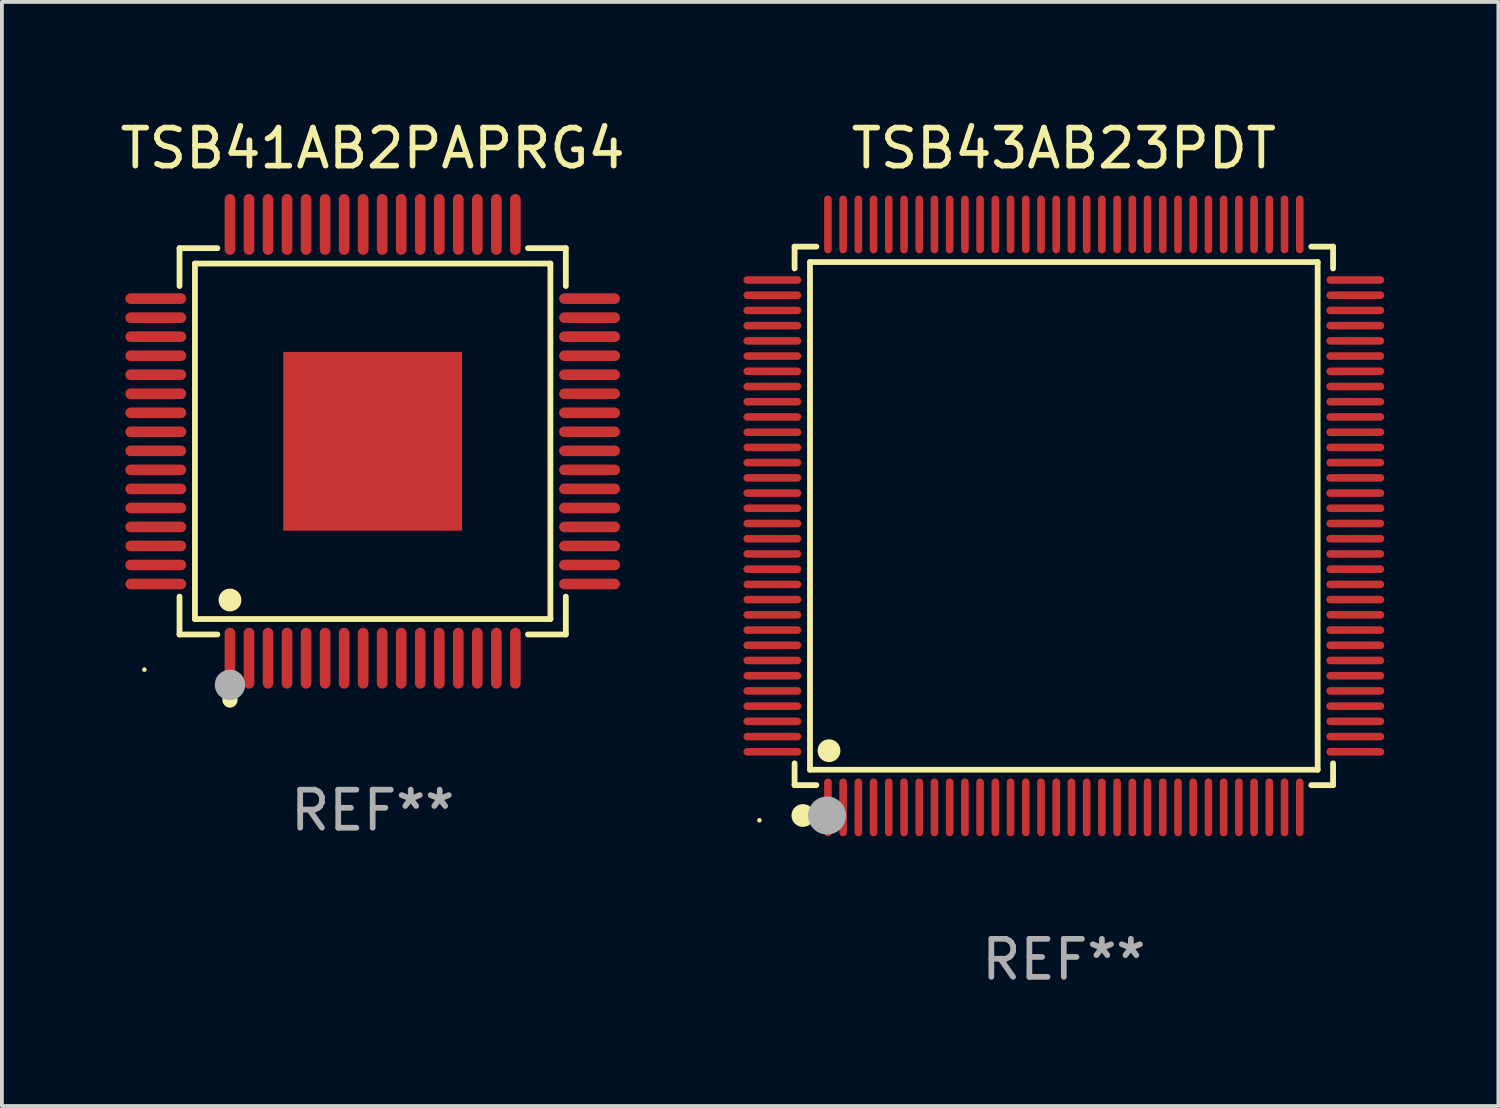
<source format=kicad_pcb>
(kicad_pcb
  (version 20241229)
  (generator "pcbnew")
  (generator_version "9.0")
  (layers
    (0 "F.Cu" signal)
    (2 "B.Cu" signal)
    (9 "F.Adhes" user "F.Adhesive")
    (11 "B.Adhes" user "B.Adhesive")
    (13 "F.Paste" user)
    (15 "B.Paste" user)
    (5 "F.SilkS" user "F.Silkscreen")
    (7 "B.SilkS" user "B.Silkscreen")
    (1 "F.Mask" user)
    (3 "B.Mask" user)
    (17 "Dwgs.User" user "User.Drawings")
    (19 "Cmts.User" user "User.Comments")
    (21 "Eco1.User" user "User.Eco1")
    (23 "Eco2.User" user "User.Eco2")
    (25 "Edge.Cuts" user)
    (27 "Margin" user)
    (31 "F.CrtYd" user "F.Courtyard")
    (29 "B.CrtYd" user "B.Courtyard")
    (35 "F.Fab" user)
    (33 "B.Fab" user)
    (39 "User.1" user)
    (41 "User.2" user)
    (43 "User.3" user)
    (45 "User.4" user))
  (footprint "TSB43AB23PDT"
    (layer "F.Cu")
    (at 24.908 10.508)
    (property "Reference" "TSB43AB23PDT" (at 0 -9.66 0) (layer "F.SilkS") (effects (font (size 1 1) (thickness 0.15))))
    (attr through_hole)
    (fp_line (start -7.076 -7.076) (end -6.503 -7.076) (stroke (width 0.152) (type solid)) (layer "F.SilkS"))
    (fp_line (start -7.076 -6.503) (end -7.076 -7.076) (stroke (width 0.152) (type solid)) (layer "F.SilkS"))
    (fp_line (start -7.076 6.503) (end -7.076 7.076) (stroke (width 0.152) (type solid)) (layer "F.SilkS"))
    (fp_line (start -7.076 7.076) (end -6.503 7.076) (stroke (width 0.152) (type solid)) (layer "F.SilkS"))
    (fp_line (start -6.671 -6.671) (end 6.671 -6.671) (stroke (width 0.152) (type solid)) (layer "F.SilkS"))
    (fp_line (start -6.671 6.671) (end -6.671 -6.671) (stroke (width 0.152) (type solid)) (layer "F.SilkS"))
    (fp_line (start 6.671 -6.671) (end 6.671 6.671) (stroke (width 0.152) (type solid)) (layer "F.SilkS"))
    (fp_line (start 6.671 6.671) (end -6.671 6.671) (stroke (width 0.152) (type solid)) (layer "F.SilkS"))
    (fp_line (start 7.076 -7.076) (end 6.503 -7.076) (stroke (width 0.152) (type solid)) (layer "F.SilkS"))
    (fp_line (start 7.076 -6.503) (end 7.076 -7.076) (stroke (width 0.152) (type solid)) (layer "F.SilkS"))
    (fp_line (start 7.076 6.503) (end 7.076 7.076) (stroke (width 0.152) (type solid)) (layer "F.SilkS"))
    (fp_line (start 7.076 7.076) (end 6.503 7.076) (stroke (width 0.152) (type solid)) (layer "F.SilkS"))
    (fp_circle (center -8 8) (end -7.97 8) (stroke (width 0.06) (type solid)) (fill no) (layer "F.SilkS"))
    (fp_circle (center -6.858 7.874) (end -6.708 7.874) (stroke (width 0.3) (type solid)) (fill no) (layer "F.SilkS"))
    (fp_circle (center -6.171 6.171) (end -6.021 6.171) (stroke (width 0.3) (type solid)) (fill no) (layer "F.SilkS"))
    (fp_circle (center -6.223 7.874) (end -5.973 7.874) (stroke (width 0.5) (type solid)) (fill no) (layer "F.Fab"))
    (fp_text user "REF**" (at 0 11.66 0) (layer "F.Fab") (effects (font (size 1 1) (thickness 0.15))))
    (pad "1" smd oval (at -6.2 7.66) (size 0.2 1.52) (layers "F.Cu" "F.Mask" "F.Paste"))
    (pad "2" smd oval (at -5.8 7.66) (size 0.2 1.52) (layers "F.Cu" "F.Mask" "F.Paste"))
    (pad "3" smd oval (at -5.4 7.66) (size 0.2 1.52) (layers "F.Cu" "F.Mask" "F.Paste"))
    (pad "4" smd oval (at -5 7.66) (size 0.2 1.52) (layers "F.Cu" "F.Mask" "F.Paste"))
    (pad "5" smd oval (at -4.6 7.66) (size 0.2 1.52) (layers "F.Cu" "F.Mask" "F.Paste"))
    (pad "6" smd oval (at -4.2 7.66) (size 0.2 1.52) (layers "F.Cu" "F.Mask" "F.Paste"))
    (pad "7" smd oval (at -3.8 7.66) (size 0.2 1.52) (layers "F.Cu" "F.Mask" "F.Paste"))
    (pad "8" smd oval (at -3.4 7.66) (size 0.2 1.52) (layers "F.Cu" "F.Mask" "F.Paste"))
    (pad "9" smd oval (at -3 7.66) (size 0.2 1.52) (layers "F.Cu" "F.Mask" "F.Paste"))
    (pad "10" smd oval (at -2.6 7.66) (size 0.2 1.52) (layers "F.Cu" "F.Mask" "F.Paste"))
    (pad "11" smd oval (at -2.2 7.66) (size 0.2 1.52) (layers "F.Cu" "F.Mask" "F.Paste"))
    (pad "12" smd oval (at -1.8 7.66) (size 0.2 1.52) (layers "F.Cu" "F.Mask" "F.Paste"))
    (pad "13" smd oval (at -1.4 7.66) (size 0.2 1.52) (layers "F.Cu" "F.Mask" "F.Paste"))
    (pad "14" smd oval (at -1 7.66) (size 0.2 1.52) (layers "F.Cu" "F.Mask" "F.Paste"))
    (pad "15" smd oval (at -0.6 7.66) (size 0.2 1.52) (layers "F.Cu" "F.Mask" "F.Paste"))
    (pad "16" smd oval (at -0.2 7.66) (size 0.2 1.52) (layers "F.Cu" "F.Mask" "F.Paste"))
    (pad "17" smd oval (at 0.2 7.66) (size 0.2 1.52) (layers "F.Cu" "F.Mask" "F.Paste"))
    (pad "18" smd oval (at 0.6 7.66) (size 0.2 1.52) (layers "F.Cu" "F.Mask" "F.Paste"))
    (pad "19" smd oval (at 1 7.66) (size 0.2 1.52) (layers "F.Cu" "F.Mask" "F.Paste"))
    (pad "20" smd oval (at 1.4 7.66) (size 0.2 1.52) (layers "F.Cu" "F.Mask" "F.Paste"))
    (pad "21" smd oval (at 1.8 7.66) (size 0.2 1.52) (layers "F.Cu" "F.Mask" "F.Paste"))
    (pad "22" smd oval (at 2.2 7.66) (size 0.2 1.52) (layers "F.Cu" "F.Mask" "F.Paste"))
    (pad "23" smd oval (at 2.6 7.66) (size 0.2 1.52) (layers "F.Cu" "F.Mask" "F.Paste"))
    (pad "24" smd oval (at 3 7.66) (size 0.2 1.52) (layers "F.Cu" "F.Mask" "F.Paste"))
    (pad "25" smd oval (at 3.4 7.66) (size 0.2 1.52) (layers "F.Cu" "F.Mask" "F.Paste"))
    (pad "26" smd oval (at 3.8 7.66) (size 0.2 1.52) (layers "F.Cu" "F.Mask" "F.Paste"))
    (pad "27" smd oval (at 4.2 7.66) (size 0.2 1.52) (layers "F.Cu" "F.Mask" "F.Paste"))
    (pad "28" smd oval (at 4.6 7.66) (size 0.2 1.52) (layers "F.Cu" "F.Mask" "F.Paste"))
    (pad "29" smd oval (at 5 7.66) (size 0.2 1.52) (layers "F.Cu" "F.Mask" "F.Paste"))
    (pad "30" smd oval (at 5.4 7.66) (size 0.2 1.52) (layers "F.Cu" "F.Mask" "F.Paste"))
    (pad "31" smd oval (at 5.8 7.66) (size 0.2 1.52) (layers "F.Cu" "F.Mask" "F.Paste"))
    (pad "32" smd oval (at 6.2 7.66) (size 0.2 1.52) (layers "F.Cu" "F.Mask" "F.Paste"))
    (pad "33" smd oval (at 7.66 6.2) (size 1.52 0.2) (layers "F.Cu" "F.Mask" "F.Paste"))
    (pad "34" smd oval (at 7.66 5.8) (size 1.52 0.2) (layers "F.Cu" "F.Mask" "F.Paste"))
    (pad "35" smd oval (at 7.66 5.4) (size 1.52 0.2) (layers "F.Cu" "F.Mask" "F.Paste"))
    (pad "36" smd oval (at 7.66 5) (size 1.52 0.2) (layers "F.Cu" "F.Mask" "F.Paste"))
    (pad "37" smd oval (at 7.66 4.6) (size 1.52 0.2) (layers "F.Cu" "F.Mask" "F.Paste"))
    (pad "38" smd oval (at 7.66 4.2) (size 1.52 0.2) (layers "F.Cu" "F.Mask" "F.Paste"))
    (pad "39" smd oval (at 7.66 3.8) (size 1.52 0.2) (layers "F.Cu" "F.Mask" "F.Paste"))
    (pad "40" smd oval (at 7.66 3.4) (size 1.52 0.2) (layers "F.Cu" "F.Mask" "F.Paste"))
    (pad "41" smd oval (at 7.66 3) (size 1.52 0.2) (layers "F.Cu" "F.Mask" "F.Paste"))
    (pad "42" smd oval (at 7.66 2.6) (size 1.52 0.2) (layers "F.Cu" "F.Mask" "F.Paste"))
    (pad "43" smd oval (at 7.66 2.2) (size 1.52 0.2) (layers "F.Cu" "F.Mask" "F.Paste"))
    (pad "44" smd oval (at 7.66 1.8) (size 1.52 0.2) (layers "F.Cu" "F.Mask" "F.Paste"))
    (pad "45" smd oval (at 7.66 1.4) (size 1.52 0.2) (layers "F.Cu" "F.Mask" "F.Paste"))
    (pad "46" smd oval (at 7.66 1) (size 1.52 0.2) (layers "F.Cu" "F.Mask" "F.Paste"))
    (pad "47" smd oval (at 7.66 0.6) (size 1.52 0.2) (layers "F.Cu" "F.Mask" "F.Paste"))
    (pad "48" smd oval (at 7.66 0.2) (size 1.52 0.2) (layers "F.Cu" "F.Mask" "F.Paste"))
    (pad "49" smd oval (at 7.66 -0.2) (size 1.52 0.2) (layers "F.Cu" "F.Mask" "F.Paste"))
    (pad "50" smd oval (at 7.66 -0.6) (size 1.52 0.2) (layers "F.Cu" "F.Mask" "F.Paste"))
    (pad "51" smd oval (at 7.66 -1) (size 1.52 0.2) (layers "F.Cu" "F.Mask" "F.Paste"))
    (pad "52" smd oval (at 7.66 -1.4) (size 1.52 0.2) (layers "F.Cu" "F.Mask" "F.Paste"))
    (pad "53" smd oval (at 7.66 -1.8) (size 1.52 0.2) (layers "F.Cu" "F.Mask" "F.Paste"))
    (pad "54" smd oval (at 7.66 -2.2) (size 1.52 0.2) (layers "F.Cu" "F.Mask" "F.Paste"))
    (pad "55" smd oval (at 7.66 -2.6) (size 1.52 0.2) (layers "F.Cu" "F.Mask" "F.Paste"))
    (pad "56" smd oval (at 7.66 -3) (size 1.52 0.2) (layers "F.Cu" "F.Mask" "F.Paste"))
    (pad "57" smd oval (at 7.66 -3.4) (size 1.52 0.2) (layers "F.Cu" "F.Mask" "F.Paste"))
    (pad "58" smd oval (at 7.66 -3.8) (size 1.52 0.2) (layers "F.Cu" "F.Mask" "F.Paste"))
    (pad "59" smd oval (at 7.66 -4.2) (size 1.52 0.2) (layers "F.Cu" "F.Mask" "F.Paste"))
    (pad "60" smd oval (at 7.66 -4.6) (size 1.52 0.2) (layers "F.Cu" "F.Mask" "F.Paste"))
    (pad "61" smd oval (at 7.66 -5) (size 1.52 0.2) (layers "F.Cu" "F.Mask" "F.Paste"))
    (pad "62" smd oval (at 7.66 -5.4) (size 1.52 0.2) (layers "F.Cu" "F.Mask" "F.Paste"))
    (pad "63" smd oval (at 7.66 -5.8) (size 1.52 0.2) (layers "F.Cu" "F.Mask" "F.Paste"))
    (pad "64" smd oval (at 7.66 -6.2) (size 1.52 0.2) (layers "F.Cu" "F.Mask" "F.Paste"))
    (pad "65" smd oval (at 6.2 -7.66) (size 0.2 1.52) (layers "F.Cu" "F.Mask" "F.Paste"))
    (pad "66" smd oval (at 5.8 -7.66) (size 0.2 1.52) (layers "F.Cu" "F.Mask" "F.Paste"))
    (pad "67" smd oval (at 5.4 -7.66) (size 0.2 1.52) (layers "F.Cu" "F.Mask" "F.Paste"))
    (pad "68" smd oval (at 5 -7.66) (size 0.2 1.52) (layers "F.Cu" "F.Mask" "F.Paste"))
    (pad "69" smd oval (at 4.6 -7.66) (size 0.2 1.52) (layers "F.Cu" "F.Mask" "F.Paste"))
    (pad "70" smd oval (at 4.2 -7.66) (size 0.2 1.52) (layers "F.Cu" "F.Mask" "F.Paste"))
    (pad "71" smd oval (at 3.8 -7.66) (size 0.2 1.52) (layers "F.Cu" "F.Mask" "F.Paste"))
    (pad "72" smd oval (at 3.4 -7.66) (size 0.2 1.52) (layers "F.Cu" "F.Mask" "F.Paste"))
    (pad "73" smd oval (at 3 -7.66) (size 0.2 1.52) (layers "F.Cu" "F.Mask" "F.Paste"))
    (pad "74" smd oval (at 2.6 -7.66) (size 0.2 1.52) (layers "F.Cu" "F.Mask" "F.Paste"))
    (pad "75" smd oval (at 2.2 -7.66) (size 0.2 1.52) (layers "F.Cu" "F.Mask" "F.Paste"))
    (pad "76" smd oval (at 1.8 -7.66) (size 0.2 1.52) (layers "F.Cu" "F.Mask" "F.Paste"))
    (pad "77" smd oval (at 1.4 -7.66) (size 0.2 1.52) (layers "F.Cu" "F.Mask" "F.Paste"))
    (pad "78" smd oval (at 1 -7.66) (size 0.2 1.52) (layers "F.Cu" "F.Mask" "F.Paste"))
    (pad "79" smd oval (at 0.6 -7.66) (size 0.2 1.52) (layers "F.Cu" "F.Mask" "F.Paste"))
    (pad "80" smd oval (at 0.2 -7.66) (size 0.2 1.52) (layers "F.Cu" "F.Mask" "F.Paste"))
    (pad "81" smd oval (at -0.2 -7.66) (size 0.2 1.52) (layers "F.Cu" "F.Mask" "F.Paste"))
    (pad "82" smd oval (at -0.6 -7.66) (size 0.2 1.52) (layers "F.Cu" "F.Mask" "F.Paste"))
    (pad "83" smd oval (at -1 -7.66) (size 0.2 1.52) (layers "F.Cu" "F.Mask" "F.Paste"))
    (pad "84" smd oval (at -1.4 -7.66) (size 0.2 1.52) (layers "F.Cu" "F.Mask" "F.Paste"))
    (pad "85" smd oval (at -1.8 -7.66) (size 0.2 1.52) (layers "F.Cu" "F.Mask" "F.Paste"))
    (pad "86" smd oval (at -2.2 -7.66) (size 0.2 1.52) (layers "F.Cu" "F.Mask" "F.Paste"))
    (pad "87" smd oval (at -2.6 -7.66) (size 0.2 1.52) (layers "F.Cu" "F.Mask" "F.Paste"))
    (pad "88" smd oval (at -3 -7.66) (size 0.2 1.52) (layers "F.Cu" "F.Mask" "F.Paste"))
    (pad "89" smd oval (at -3.4 -7.66) (size 0.2 1.52) (layers "F.Cu" "F.Mask" "F.Paste"))
    (pad "90" smd oval (at -3.8 -7.66) (size 0.2 1.52) (layers "F.Cu" "F.Mask" "F.Paste"))
    (pad "91" smd oval (at -4.2 -7.66) (size 0.2 1.52) (layers "F.Cu" "F.Mask" "F.Paste"))
    (pad "92" smd oval (at -4.6 -7.66) (size 0.2 1.52) (layers "F.Cu" "F.Mask" "F.Paste"))
    (pad "93" smd oval (at -5 -7.66) (size 0.2 1.52) (layers "F.Cu" "F.Mask" "F.Paste"))
    (pad "94" smd oval (at -5.4 -7.66) (size 0.2 1.52) (layers "F.Cu" "F.Mask" "F.Paste"))
    (pad "95" smd oval (at -5.8 -7.66) (size 0.2 1.52) (layers "F.Cu" "F.Mask" "F.Paste"))
    (pad "96" smd oval (at -6.2 -7.66) (size 0.2 1.52) (layers "F.Cu" "F.Mask" "F.Paste"))
    (pad "97" smd oval (at -7.66 -6.2) (size 1.52 0.2) (layers "F.Cu" "F.Mask" "F.Paste"))
    (pad "98" smd oval (at -7.66 -5.8) (size 1.52 0.2) (layers "F.Cu" "F.Mask" "F.Paste"))
    (pad "99" smd oval (at -7.66 -5.4) (size 1.52 0.2) (layers "F.Cu" "F.Mask" "F.Paste"))
    (pad "100" smd oval (at -7.66 -5) (size 1.52 0.2) (layers "F.Cu" "F.Mask" "F.Paste"))
    (pad "101" smd oval (at -7.66 -4.6) (size 1.52 0.2) (layers "F.Cu" "F.Mask" "F.Paste"))
    (pad "102" smd oval (at -7.66 -4.2) (size 1.52 0.2) (layers "F.Cu" "F.Mask" "F.Paste"))
    (pad "103" smd oval (at -7.66 -3.8) (size 1.52 0.2) (layers "F.Cu" "F.Mask" "F.Paste"))
    (pad "104" smd oval (at -7.66 -3.4) (size 1.52 0.2) (layers "F.Cu" "F.Mask" "F.Paste"))
    (pad "105" smd oval (at -7.66 -3) (size 1.52 0.2) (layers "F.Cu" "F.Mask" "F.Paste"))
    (pad "106" smd oval (at -7.66 -2.6) (size 1.52 0.2) (layers "F.Cu" "F.Mask" "F.Paste"))
    (pad "107" smd oval (at -7.66 -2.2) (size 1.52 0.2) (layers "F.Cu" "F.Mask" "F.Paste"))
    (pad "108" smd oval (at -7.66 -1.8) (size 1.52 0.2) (layers "F.Cu" "F.Mask" "F.Paste"))
    (pad "109" smd oval (at -7.66 -1.4) (size 1.52 0.2) (layers "F.Cu" "F.Mask" "F.Paste"))
    (pad "110" smd oval (at -7.66 -1) (size 1.52 0.2) (layers "F.Cu" "F.Mask" "F.Paste"))
    (pad "111" smd oval (at -7.66 -0.6) (size 1.52 0.2) (layers "F.Cu" "F.Mask" "F.Paste"))
    (pad "112" smd oval (at -7.66 -0.2) (size 1.52 0.2) (layers "F.Cu" "F.Mask" "F.Paste"))
    (pad "113" smd oval (at -7.66 0.2) (size 1.52 0.2) (layers "F.Cu" "F.Mask" "F.Paste"))
    (pad "114" smd oval (at -7.66 0.6) (size 1.52 0.2) (layers "F.Cu" "F.Mask" "F.Paste"))
    (pad "115" smd oval (at -7.66 1) (size 1.52 0.2) (layers "F.Cu" "F.Mask" "F.Paste"))
    (pad "116" smd oval (at -7.66 1.4) (size 1.52 0.2) (layers "F.Cu" "F.Mask" "F.Paste"))
    (pad "117" smd oval (at -7.66 1.8) (size 1.52 0.2) (layers "F.Cu" "F.Mask" "F.Paste"))
    (pad "118" smd oval (at -7.66 2.2) (size 1.52 0.2) (layers "F.Cu" "F.Mask" "F.Paste"))
    (pad "119" smd oval (at -7.66 2.6) (size 1.52 0.2) (layers "F.Cu" "F.Mask" "F.Paste"))
    (pad "120" smd oval (at -7.66 3) (size 1.52 0.2) (layers "F.Cu" "F.Mask" "F.Paste"))
    (pad "121" smd oval (at -7.66 3.4) (size 1.52 0.2) (layers "F.Cu" "F.Mask" "F.Paste"))
    (pad "122" smd oval (at -7.66 3.8) (size 1.52 0.2) (layers "F.Cu" "F.Mask" "F.Paste"))
    (pad "123" smd oval (at -7.66 4.2) (size 1.52 0.2) (layers "F.Cu" "F.Mask" "F.Paste"))
    (pad "124" smd oval (at -7.66 4.6) (size 1.52 0.2) (layers "F.Cu" "F.Mask" "F.Paste"))
    (pad "125" smd oval (at -7.66 5) (size 1.52 0.2) (layers "F.Cu" "F.Mask" "F.Paste"))
    (pad "126" smd oval (at -7.66 5.4) (size 1.52 0.2) (layers "F.Cu" "F.Mask" "F.Paste"))
    (pad "127" smd oval (at -7.66 5.8) (size 1.52 0.2) (layers "F.Cu" "F.Mask" "F.Paste"))
    (pad "128" smd oval (at -7.66 6.2) (size 1.52 0.2) (layers "F.Cu" "F.Mask" "F.Paste")))
  (footprint "TSB41AB2PAPRG4"
    (layer "F.Cu")
    (at 6.744 8.548)
    (property "Reference" "TSB41AB2PAPRG4" (at 0 -7.7 0) (layer "F.SilkS") (effects (font (size 1 1) (thickness 0.15))))
    (attr through_hole)
    (fp_line (start -5.076 -5.076) (end -4.081 -5.076) (stroke (width 0.152) (type solid)) (layer "F.SilkS"))
    (fp_line (start -5.076 -4.081) (end -5.076 -5.076) (stroke (width 0.152) (type solid)) (layer "F.SilkS"))
    (fp_line (start -5.076 4.081) (end -5.076 5.076) (stroke (width 0.152) (type solid)) (layer "F.SilkS"))
    (fp_line (start -5.076 5.076) (end -4.081 5.076) (stroke (width 0.152) (type solid)) (layer "F.SilkS"))
    (fp_line (start -4.671 -4.671) (end 4.671 -4.671) (stroke (width 0.152) (type solid)) (layer "F.SilkS"))
    (fp_line (start -4.671 4.671) (end -4.671 -4.671) (stroke (width 0.152) (type solid)) (layer "F.SilkS"))
    (fp_line (start 4.671 -4.671) (end 4.671 4.671) (stroke (width 0.152) (type solid)) (layer "F.SilkS"))
    (fp_line (start 4.671 4.671) (end -4.671 4.671) (stroke (width 0.152) (type solid)) (layer "F.SilkS"))
    (fp_line (start 5.076 -5.076) (end 4.081 -5.076) (stroke (width 0.152) (type solid)) (layer "F.SilkS"))
    (fp_line (start 5.076 -4.081) (end 5.076 -5.076) (stroke (width 0.152) (type solid)) (layer "F.SilkS"))
    (fp_line (start 5.076 4.081) (end 5.076 5.076) (stroke (width 0.152) (type solid)) (layer "F.SilkS"))
    (fp_line (start 5.076 5.076) (end 4.081 5.076) (stroke (width 0.152) (type solid)) (layer "F.SilkS"))
    (fp_circle (center -6 6) (end -5.97 6) (stroke (width 0.06) (type solid)) (fill no) (layer "F.SilkS"))
    (fp_circle (center -3.75 4.171) (end -3.6 4.171) (stroke (width 0.3) (type solid)) (fill no) (layer "F.SilkS"))
    (fp_circle (center -3.75 6.8) (end -3.65 6.8) (stroke (width 0.2) (type solid)) (fill no) (layer "F.SilkS"))
    (fp_circle (center -3.75 6.4) (end -3.55 6.4) (stroke (width 0.4) (type solid)) (fill no) (layer "F.Fab"))
    (fp_text user "REF**" (at 0 9.7 0) (layer "F.Fab") (effects (font (size 1 1) (thickness 0.15))))
    (pad "1" smd oval (at -3.75 5.7) (size 0.28 1.6) (layers "F.Cu" "F.Mask" "F.Paste"))
    (pad "2" smd oval (at -3.25 5.7) (size 0.28 1.6) (layers "F.Cu" "F.Mask" "F.Paste"))
    (pad "3" smd oval (at -2.75 5.7) (size 0.28 1.6) (layers "F.Cu" "F.Mask" "F.Paste"))
    (pad "4" smd oval (at -2.25 5.7) (size 0.28 1.6) (layers "F.Cu" "F.Mask" "F.Paste"))
    (pad "5" smd oval (at -1.75 5.7) (size 0.28 1.6) (layers "F.Cu" "F.Mask" "F.Paste"))
    (pad "6" smd oval (at -1.25 5.7) (size 0.28 1.6) (layers "F.Cu" "F.Mask" "F.Paste"))
    (pad "7" smd oval (at -0.75 5.7) (size 0.28 1.6) (layers "F.Cu" "F.Mask" "F.Paste"))
    (pad "8" smd oval (at -0.25 5.7) (size 0.28 1.6) (layers "F.Cu" "F.Mask" "F.Paste"))
    (pad "9" smd oval (at 0.25 5.7) (size 0.28 1.6) (layers "F.Cu" "F.Mask" "F.Paste"))
    (pad "10" smd oval (at 0.75 5.7) (size 0.28 1.6) (layers "F.Cu" "F.Mask" "F.Paste"))
    (pad "11" smd oval (at 1.25 5.7) (size 0.28 1.6) (layers "F.Cu" "F.Mask" "F.Paste"))
    (pad "12" smd oval (at 1.75 5.7) (size 0.28 1.6) (layers "F.Cu" "F.Mask" "F.Paste"))
    (pad "13" smd oval (at 2.25 5.7) (size 0.28 1.6) (layers "F.Cu" "F.Mask" "F.Paste"))
    (pad "14" smd oval (at 2.75 5.7) (size 0.28 1.6) (layers "F.Cu" "F.Mask" "F.Paste"))
    (pad "15" smd oval (at 3.25 5.7) (size 0.28 1.6) (layers "F.Cu" "F.Mask" "F.Paste"))
    (pad "16" smd oval (at 3.75 5.7) (size 0.28 1.6) (layers "F.Cu" "F.Mask" "F.Paste"))
    (pad "17" smd oval (at 5.7 3.75) (size 1.6 0.28) (layers "F.Cu" "F.Mask" "F.Paste"))
    (pad "18" smd oval (at 5.7 3.25) (size 1.6 0.28) (layers "F.Cu" "F.Mask" "F.Paste"))
    (pad "19" smd oval (at 5.7 2.75) (size 1.6 0.28) (layers "F.Cu" "F.Mask" "F.Paste"))
    (pad "20" smd oval (at 5.7 2.25) (size 1.6 0.28) (layers "F.Cu" "F.Mask" "F.Paste"))
    (pad "21" smd oval (at 5.7 1.75) (size 1.6 0.28) (layers "F.Cu" "F.Mask" "F.Paste"))
    (pad "22" smd oval (at 5.7 1.25) (size 1.6 0.28) (layers "F.Cu" "F.Mask" "F.Paste"))
    (pad "23" smd oval (at 5.7 0.75) (size 1.6 0.28) (layers "F.Cu" "F.Mask" "F.Paste"))
    (pad "24" smd oval (at 5.7 0.25) (size 1.6 0.28) (layers "F.Cu" "F.Mask" "F.Paste"))
    (pad "25" smd oval (at 5.7 -0.25) (size 1.6 0.28) (layers "F.Cu" "F.Mask" "F.Paste"))
    (pad "26" smd oval (at 5.7 -0.75) (size 1.6 0.28) (layers "F.Cu" "F.Mask" "F.Paste"))
    (pad "27" smd oval (at 5.7 -1.25) (size 1.6 0.28) (layers "F.Cu" "F.Mask" "F.Paste"))
    (pad "28" smd oval (at 5.7 -1.75) (size 1.6 0.28) (layers "F.Cu" "F.Mask" "F.Paste"))
    (pad "29" smd oval (at 5.7 -2.25) (size 1.6 0.28) (layers "F.Cu" "F.Mask" "F.Paste"))
    (pad "30" smd oval (at 5.7 -2.75) (size 1.6 0.28) (layers "F.Cu" "F.Mask" "F.Paste"))
    (pad "31" smd oval (at 5.7 -3.25) (size 1.6 0.28) (layers "F.Cu" "F.Mask" "F.Paste"))
    (pad "32" smd oval (at 5.7 -3.75) (size 1.6 0.28) (layers "F.Cu" "F.Mask" "F.Paste"))
    (pad "33" smd oval (at 3.75 -5.7) (size 0.28 1.6) (layers "F.Cu" "F.Mask" "F.Paste"))
    (pad "34" smd oval (at 3.25 -5.7) (size 0.28 1.6) (layers "F.Cu" "F.Mask" "F.Paste"))
    (pad "35" smd oval (at 2.75 -5.7) (size 0.28 1.6) (layers "F.Cu" "F.Mask" "F.Paste"))
    (pad "36" smd oval (at 2.25 -5.7) (size 0.28 1.6) (layers "F.Cu" "F.Mask" "F.Paste"))
    (pad "37" smd oval (at 1.75 -5.7) (size 0.28 1.6) (layers "F.Cu" "F.Mask" "F.Paste"))
    (pad "38" smd oval (at 1.25 -5.7) (size 0.28 1.6) (layers "F.Cu" "F.Mask" "F.Paste"))
    (pad "39" smd oval (at 0.75 -5.7) (size 0.28 1.6) (layers "F.Cu" "F.Mask" "F.Paste"))
    (pad "40" smd oval (at 0.25 -5.7) (size 0.28 1.6) (layers "F.Cu" "F.Mask" "F.Paste"))
    (pad "41" smd oval (at -0.25 -5.7) (size 0.28 1.6) (layers "F.Cu" "F.Mask" "F.Paste"))
    (pad "42" smd oval (at -0.75 -5.7) (size 0.28 1.6) (layers "F.Cu" "F.Mask" "F.Paste"))
    (pad "43" smd oval (at -1.25 -5.7) (size 0.28 1.6) (layers "F.Cu" "F.Mask" "F.Paste"))
    (pad "44" smd oval (at -1.75 -5.7) (size 0.28 1.6) (layers "F.Cu" "F.Mask" "F.Paste"))
    (pad "45" smd oval (at -2.25 -5.7) (size 0.28 1.6) (layers "F.Cu" "F.Mask" "F.Paste"))
    (pad "46" smd oval (at -2.75 -5.7) (size 0.28 1.6) (layers "F.Cu" "F.Mask" "F.Paste"))
    (pad "47" smd oval (at -3.25 -5.7) (size 0.28 1.6) (layers "F.Cu" "F.Mask" "F.Paste"))
    (pad "48" smd oval (at -3.75 -5.7) (size 0.28 1.6) (layers "F.Cu" "F.Mask" "F.Paste"))
    (pad "49" smd oval (at -5.7 -3.75) (size 1.6 0.28) (layers "F.Cu" "F.Mask" "F.Paste"))
    (pad "50" smd oval (at -5.7 -3.25) (size 1.6 0.28) (layers "F.Cu" "F.Mask" "F.Paste"))
    (pad "51" smd oval (at -5.7 -2.75) (size 1.6 0.28) (layers "F.Cu" "F.Mask" "F.Paste"))
    (pad "52" smd oval (at -5.7 -2.25) (size 1.6 0.28) (layers "F.Cu" "F.Mask" "F.Paste"))
    (pad "53" smd oval (at -5.7 -1.75) (size 1.6 0.28) (layers "F.Cu" "F.Mask" "F.Paste"))
    (pad "54" smd oval (at -5.7 -1.25) (size 1.6 0.28) (layers "F.Cu" "F.Mask" "F.Paste"))
    (pad "55" smd oval (at -5.7 -0.75) (size 1.6 0.28) (layers "F.Cu" "F.Mask" "F.Paste"))
    (pad "56" smd oval (at -5.7 -0.25) (size 1.6 0.28) (layers "F.Cu" "F.Mask" "F.Paste"))
    (pad "57" smd oval (at -5.7 0.25) (size 1.6 0.28) (layers "F.Cu" "F.Mask" "F.Paste"))
    (pad "58" smd oval (at -5.7 0.75) (size 1.6 0.28) (layers "F.Cu" "F.Mask" "F.Paste"))
    (pad "59" smd oval (at -5.7 1.25) (size 1.6 0.28) (layers "F.Cu" "F.Mask" "F.Paste"))
    (pad "60" smd oval (at -5.7 1.75) (size 1.6 0.28) (layers "F.Cu" "F.Mask" "F.Paste"))
    (pad "61" smd oval (at -5.7 2.25) (size 1.6 0.28) (layers "F.Cu" "F.Mask" "F.Paste"))
    (pad "62" smd oval (at -5.7 2.75) (size 1.6 0.28) (layers "F.Cu" "F.Mask" "F.Paste"))
    (pad "63" smd oval (at -5.7 3.25) (size 1.6 0.28) (layers "F.Cu" "F.Mask" "F.Paste"))
    (pad "64" smd oval (at -5.7 3.75) (size 1.6 0.28) (layers "F.Cu" "F.Mask" "F.Paste"))
    (pad "65" smd rect (at 0 0) (size 4.7 4.7) (layers "F.Cu" "F.Mask" "F.Paste")))
  (gr_rect
    (start -3 -3)
    (end 36.328 26.017)
    (stroke (width 0.1) (type default))
    (fill no)
    (layer "Edge.Cuts")))
</source>
